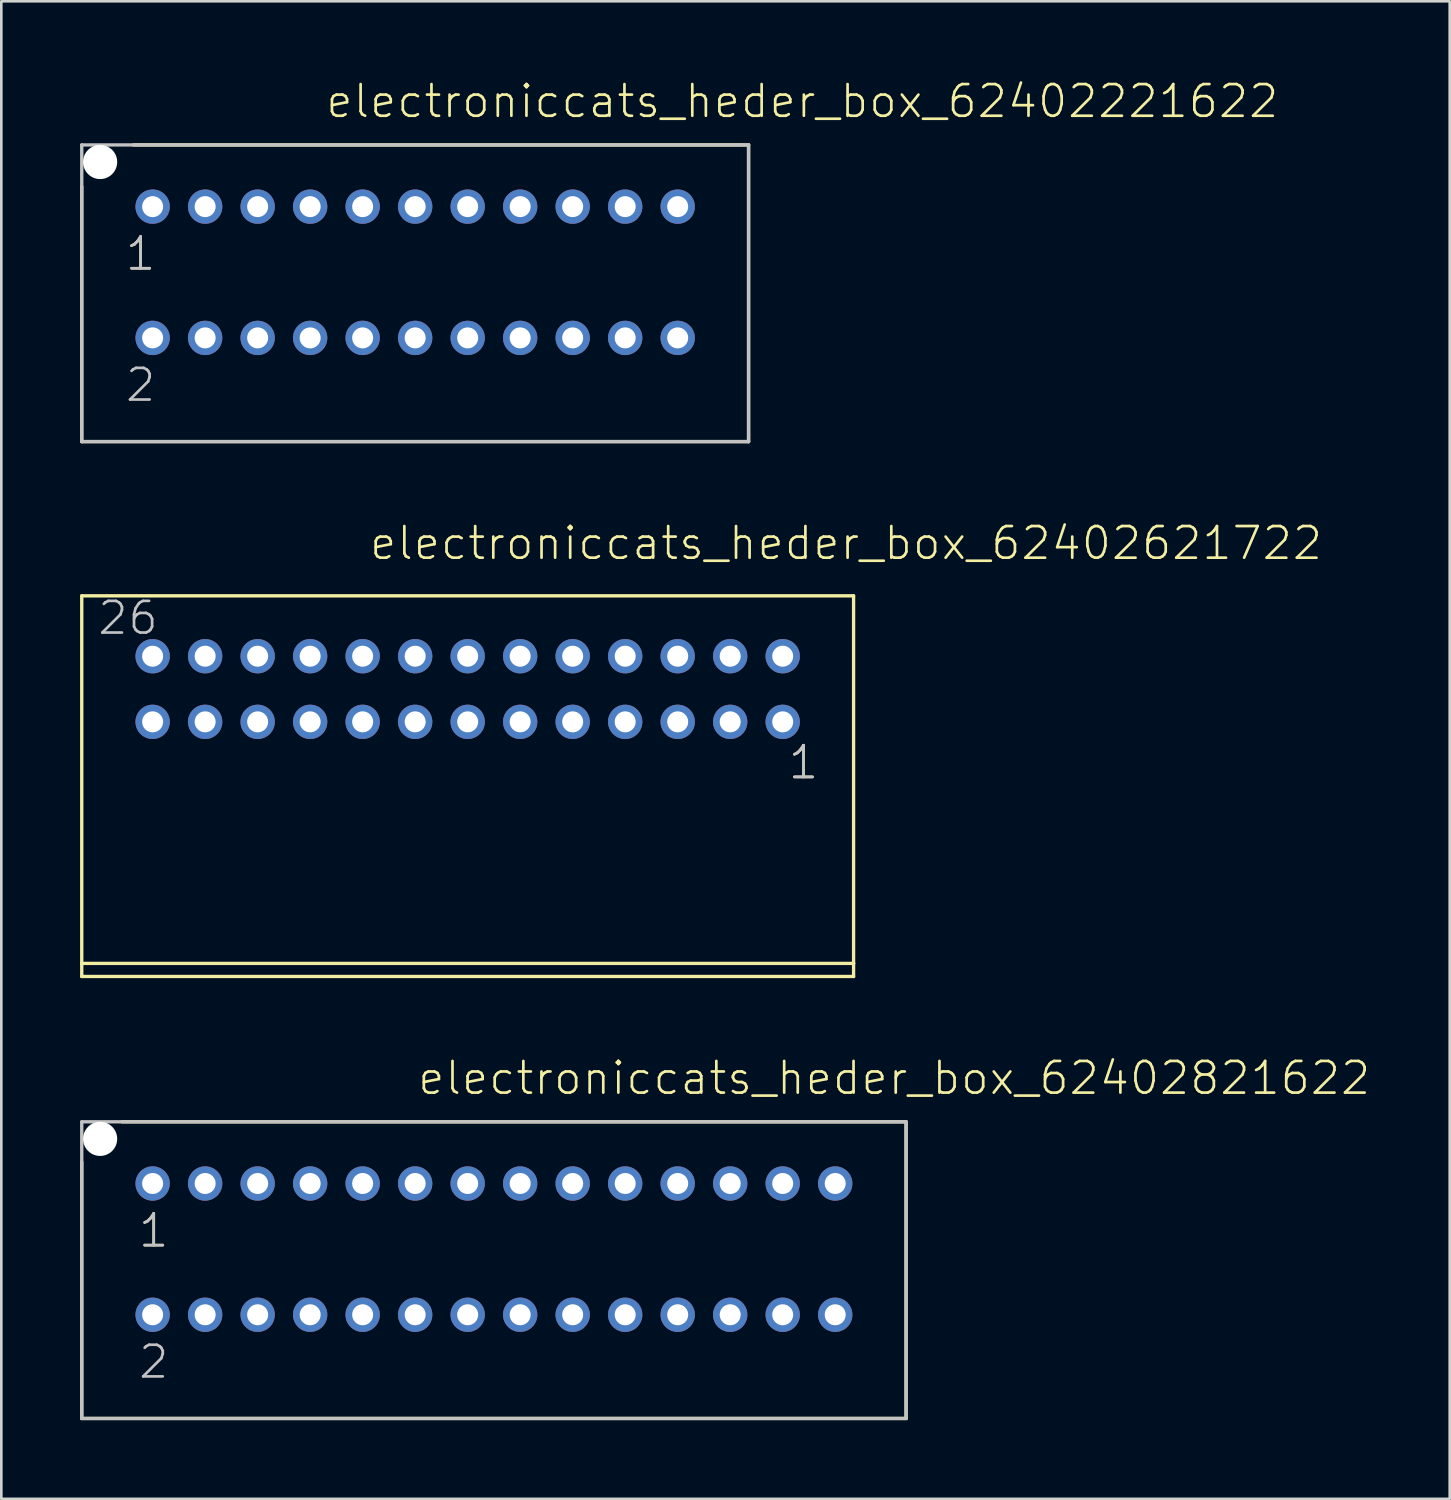
<source format=kicad_pcb>
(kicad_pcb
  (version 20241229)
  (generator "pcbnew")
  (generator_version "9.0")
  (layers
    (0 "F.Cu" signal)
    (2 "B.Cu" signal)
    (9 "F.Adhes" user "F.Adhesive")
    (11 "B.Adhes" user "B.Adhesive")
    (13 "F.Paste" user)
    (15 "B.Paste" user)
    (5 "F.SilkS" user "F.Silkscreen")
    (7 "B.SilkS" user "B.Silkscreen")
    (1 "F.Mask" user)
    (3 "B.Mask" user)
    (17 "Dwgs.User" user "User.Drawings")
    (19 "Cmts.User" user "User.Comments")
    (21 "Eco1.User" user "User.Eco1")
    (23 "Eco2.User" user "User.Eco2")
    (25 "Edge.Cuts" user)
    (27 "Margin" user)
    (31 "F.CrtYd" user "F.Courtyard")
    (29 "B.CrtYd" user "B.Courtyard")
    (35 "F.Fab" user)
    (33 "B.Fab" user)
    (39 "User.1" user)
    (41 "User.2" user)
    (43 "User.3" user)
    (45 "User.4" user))
  (footprint "electroniccats_heder_box_62402621722"
    (layer "F.Cu")
    (at 14.764 23.196)
    (property "Reference" "electroniccats_heder_box_62402621722" (at -3.8 -4.85 0) (layer "F.SilkS") (effects (font (size 1.206 1.206) (thickness 0.102)) (justify left bottom)))
    (attr through_hole)
    (fp_line (start -14.7 -3.55) (end -14.7 10.45) (stroke (width 0.127) (type solid)) (layer "F.SilkS"))
    (fp_line (start -14.7 10.45) (end -14.7 10.95) (stroke (width 0.127) (type solid)) (layer "F.SilkS"))
    (fp_line (start -14.7 10.45) (end 14.7 10.45) (stroke (width 0.127) (type solid)) (layer "F.SilkS"))
    (fp_line (start -14.7 10.95) (end 14.7 10.95) (stroke (width 0.127) (type solid)) (layer "F.SilkS"))
    (fp_line (start 14.7 -3.55) (end -14.7 -3.55) (stroke (width 0.127) (type solid)) (layer "F.SilkS"))
    (fp_line (start 14.7 10.45) (end 14.7 -3.55) (stroke (width 0.127) (type solid)) (layer "F.SilkS"))
    (fp_line (start 14.7 10.95) (end 14.7 10.45) (stroke (width 0.127) (type solid)) (layer "F.SilkS"))
    (fp_text user "1" (at 12.15 3.5 0) (layer "F.SilkS") (effects (font (size 1.206 1.206) (thickness 0.102)) (justify left bottom)))
    (fp_text user "26" (at -14.155 -2 0) (layer "Dwgs.User") (effects (font (size 1.206 1.206) (thickness 0.102)) (justify left bottom)))
    (fp_text user "1" (at 12.15 3.5 0) (layer "Dwgs.User") (effects (font (size 1.206 1.206) (thickness 0.102)) (justify left bottom)))
    (pad "1" thru_hole circle (at 12 1.25 180) (size 1.308 1.308) (drill 0.8) (layers "*.Cu" "*.Mask"))
    (pad "2" thru_hole circle (at 12 -1.25 180) (size 1.308 1.308) (drill 0.8) (layers "*.Cu" "*.Mask"))
    (pad "3" thru_hole circle (at 10 1.25 180) (size 1.308 1.308) (drill 0.8) (layers "*.Cu" "*.Mask"))
    (pad "4" thru_hole circle (at 10 -1.25 180) (size 1.308 1.308) (drill 0.8) (layers "*.Cu" "*.Mask"))
    (pad "5" thru_hole circle (at 8 1.25 180) (size 1.308 1.308) (drill 0.8) (layers "*.Cu" "*.Mask"))
    (pad "6" thru_hole circle (at 8 -1.25 180) (size 1.308 1.308) (drill 0.8) (layers "*.Cu" "*.Mask"))
    (pad "7" thru_hole circle (at 6 1.25 180) (size 1.308 1.308) (drill 0.8) (layers "*.Cu" "*.Mask"))
    (pad "8" thru_hole circle (at 6 -1.25 180) (size 1.308 1.308) (drill 0.8) (layers "*.Cu" "*.Mask"))
    (pad "9" thru_hole circle (at 4 1.25 180) (size 1.308 1.308) (drill 0.8) (layers "*.Cu" "*.Mask"))
    (pad "10" thru_hole circle (at 4 -1.25 180) (size 1.308 1.308) (drill 0.8) (layers "*.Cu" "*.Mask"))
    (pad "11" thru_hole circle (at 2 1.25 180) (size 1.308 1.308) (drill 0.8) (layers "*.Cu" "*.Mask"))
    (pad "12" thru_hole circle (at 2 -1.25 180) (size 1.308 1.308) (drill 0.8) (layers "*.Cu" "*.Mask"))
    (pad "13" thru_hole circle (at 0 1.25 180) (size 1.308 1.308) (drill 0.8) (layers "*.Cu" "*.Mask"))
    (pad "14" thru_hole circle (at 0 -1.25 180) (size 1.308 1.308) (drill 0.8) (layers "*.Cu" "*.Mask"))
    (pad "15" thru_hole circle (at -2 1.25 180) (size 1.308 1.308) (drill 0.8) (layers "*.Cu" "*.Mask"))
    (pad "16" thru_hole circle (at -2 -1.25 180) (size 1.308 1.308) (drill 0.8) (layers "*.Cu" "*.Mask"))
    (pad "17" thru_hole circle (at -4 1.25 180) (size 1.308 1.308) (drill 0.8) (layers "*.Cu" "*.Mask"))
    (pad "18" thru_hole circle (at -4 -1.25 180) (size 1.308 1.308) (drill 0.8) (layers "*.Cu" "*.Mask"))
    (pad "19" thru_hole circle (at -6 1.25 180) (size 1.308 1.308) (drill 0.8) (layers "*.Cu" "*.Mask"))
    (pad "20" thru_hole circle (at -6 -1.25 180) (size 1.308 1.308) (drill 0.8) (layers "*.Cu" "*.Mask"))
    (pad "21" thru_hole circle (at -8 1.25 180) (size 1.308 1.308) (drill 0.8) (layers "*.Cu" "*.Mask"))
    (pad "22" thru_hole circle (at -8 -1.25 180) (size 1.308 1.308) (drill 0.8) (layers "*.Cu" "*.Mask"))
    (pad "23" thru_hole circle (at -10 1.25 180) (size 1.308 1.308) (drill 0.8) (layers "*.Cu" "*.Mask"))
    (pad "24" thru_hole circle (at -10 -1.25 180) (size 1.308 1.308) (drill 0.8) (layers "*.Cu" "*.Mask"))
    (pad "25" thru_hole circle (at -12 1.25 180) (size 1.308 1.308) (drill 0.8) (layers "*.Cu" "*.Mask"))
    (pad "26" thru_hole circle (at -12 -1.25 180) (size 1.308 1.308) (drill 0.8) (layers "*.Cu" "*.Mask")))
  (footprint "electroniccats_heder_box_62402821622"
    (layer "F.Cu")
    (at 15.764 44.531)
    (property "Reference" "electroniccats_heder_box_62402821622" (at -2.966 -5.81 0) (layer "F.SilkS") (effects (font (size 1.206 1.206) (thickness 0.102)) (justify left bottom)))
    (attr through_hole)
    (fp_line (start -15.7 6.45) (end -15.7 -3.32) (stroke (width 0.127) (type solid)) (layer "F.SilkS"))
    (fp_line (start -14.17 -4.85) (end 15.7 -4.85) (stroke (width 0.127) (type solid)) (layer "F.SilkS"))
    (fp_line (start 15.7 -4.85) (end 15.7 6.45) (stroke (width 0.127) (type solid)) (layer "F.SilkS"))
    (fp_line (start 15.7 6.45) (end -15.7 6.45) (stroke (width 0.127) (type solid)) (layer "F.SilkS"))
    (fp_line (start -15.7 -4.85) (end 15.7 -4.85) (stroke (width 0.127) (type solid)) (layer "Dwgs.User"))
    (fp_line (start -15.7 6.45) (end -15.7 -4.85) (stroke (width 0.127) (type solid)) (layer "Dwgs.User"))
    (fp_line (start 15.7 -4.85) (end 15.7 6.45) (stroke (width 0.127) (type solid)) (layer "Dwgs.User"))
    (fp_line (start 15.7 6.45) (end -15.7 6.45) (stroke (width 0.127) (type solid)) (layer "Dwgs.User"))
    (fp_text user "1" (at -13.6 0 0) (layer "F.SilkS") (effects (font (size 1.206 1.206) (thickness 0.102)) (justify left bottom)))
    (fp_text user "2" (at -13.6 5 0) (layer "Dwgs.User") (effects (font (size 1.206 1.206) (thickness 0.102)) (justify left bottom)))
    (fp_text user "1" (at -13.6 0 0) (layer "Dwgs.User") (effects (font (size 1.206 1.206) (thickness 0.102)) (justify left bottom)))
    (pad "" np_thru_hole circle (at -15 -4.2) (size 1.3 1.3) (drill 1.3) (layers "*.Cu"))
    (pad "1" thru_hole circle (at -13 -2.5) (size 1.308 1.308) (drill 0.8) (layers "*.Cu" "*.Mask"))
    (pad "2" thru_hole circle (at -13 2.5) (size 1.308 1.308) (drill 0.8) (layers "*.Cu" "*.Mask"))
    (pad "3" thru_hole circle (at -11 -2.5) (size 1.308 1.308) (drill 0.8) (layers "*.Cu" "*.Mask"))
    (pad "4" thru_hole circle (at -11 2.5) (size 1.308 1.308) (drill 0.8) (layers "*.Cu" "*.Mask"))
    (pad "5" thru_hole circle (at -9 -2.5) (size 1.308 1.308) (drill 0.8) (layers "*.Cu" "*.Mask"))
    (pad "6" thru_hole circle (at -9 2.5) (size 1.308 1.308) (drill 0.8) (layers "*.Cu" "*.Mask"))
    (pad "7" thru_hole circle (at -7 -2.5) (size 1.308 1.308) (drill 0.8) (layers "*.Cu" "*.Mask"))
    (pad "8" thru_hole circle (at -7 2.5) (size 1.308 1.308) (drill 0.8) (layers "*.Cu" "*.Mask"))
    (pad "9" thru_hole circle (at -5 -2.5) (size 1.308 1.308) (drill 0.8) (layers "*.Cu" "*.Mask"))
    (pad "10" thru_hole circle (at -5 2.5) (size 1.308 1.308) (drill 0.8) (layers "*.Cu" "*.Mask"))
    (pad "11" thru_hole circle (at -3 -2.5) (size 1.308 1.308) (drill 0.8) (layers "*.Cu" "*.Mask"))
    (pad "12" thru_hole circle (at -3 2.5) (size 1.308 1.308) (drill 0.8) (layers "*.Cu" "*.Mask"))
    (pad "13" thru_hole circle (at -1 -2.5) (size 1.308 1.308) (drill 0.8) (layers "*.Cu" "*.Mask"))
    (pad "14" thru_hole circle (at -1 2.5) (size 1.308 1.308) (drill 0.8) (layers "*.Cu" "*.Mask"))
    (pad "15" thru_hole circle (at 1 -2.5) (size 1.308 1.308) (drill 0.8) (layers "*.Cu" "*.Mask"))
    (pad "16" thru_hole circle (at 1 2.5) (size 1.308 1.308) (drill 0.8) (layers "*.Cu" "*.Mask"))
    (pad "17" thru_hole circle (at 3 -2.5) (size 1.308 1.308) (drill 0.8) (layers "*.Cu" "*.Mask"))
    (pad "18" thru_hole circle (at 3 2.5) (size 1.308 1.308) (drill 0.8) (layers "*.Cu" "*.Mask"))
    (pad "19" thru_hole circle (at 5 -2.5) (size 1.308 1.308) (drill 0.8) (layers "*.Cu" "*.Mask"))
    (pad "20" thru_hole circle (at 5 2.5) (size 1.308 1.308) (drill 0.8) (layers "*.Cu" "*.Mask"))
    (pad "21" thru_hole circle (at 7 -2.5) (size 1.308 1.308) (drill 0.8) (layers "*.Cu" "*.Mask"))
    (pad "22" thru_hole circle (at 7 2.5) (size 1.308 1.308) (drill 0.8) (layers "*.Cu" "*.Mask"))
    (pad "23" thru_hole circle (at 9 -2.5) (size 1.308 1.308) (drill 0.8) (layers "*.Cu" "*.Mask"))
    (pad "24" thru_hole circle (at 9 2.5) (size 1.308 1.308) (drill 0.8) (layers "*.Cu" "*.Mask"))
    (pad "25" thru_hole circle (at 11 -2.5) (size 1.308 1.308) (drill 0.8) (layers "*.Cu" "*.Mask"))
    (pad "26" thru_hole circle (at 11 2.5) (size 1.308 1.308) (drill 0.8) (layers "*.Cu" "*.Mask"))
    (pad "27" thru_hole circle (at 13 -2.5) (size 1.308 1.308) (drill 0.8) (layers "*.Cu" "*.Mask"))
    (pad "28" thru_hole circle (at 13 2.5) (size 1.308 1.308) (drill 0.8) (layers "*.Cu" "*.Mask")))
  (footprint "electroniccats_heder_box_62402221622"
    (layer "F.Cu")
    (at 12.764 7.321)
    (property "Reference" "electroniccats_heder_box_62402221622" (at -3.466 -5.81 0) (layer "F.SilkS") (effects (font (size 1.206 1.206) (thickness 0.102)) (justify left bottom)))
    (attr through_hole)
    (fp_line (start -12.7 6.45) (end -12.7 -3.27) (stroke (width 0.127) (type solid)) (layer "F.SilkS"))
    (fp_line (start -10.73 -4.85) (end 12.7 -4.85) (stroke (width 0.127) (type solid)) (layer "F.SilkS"))
    (fp_line (start 12.7 -4.85) (end 12.7 6.45) (stroke (width 0.127) (type solid)) (layer "F.SilkS"))
    (fp_line (start 12.7 6.45) (end -12.7 6.45) (stroke (width 0.127) (type solid)) (layer "F.SilkS"))
    (fp_line (start -12.7 -4.85) (end 12.7 -4.85) (stroke (width 0.127) (type solid)) (layer "Dwgs.User"))
    (fp_line (start -12.7 6.45) (end -12.7 -4.85) (stroke (width 0.127) (type solid)) (layer "Dwgs.User"))
    (fp_line (start 12.7 -4.85) (end 12.7 6.45) (stroke (width 0.127) (type solid)) (layer "Dwgs.User"))
    (fp_line (start 12.7 6.45) (end -12.7 6.45) (stroke (width 0.127) (type solid)) (layer "Dwgs.User"))
    (fp_text user "1" (at -11.1 0 0) (layer "F.SilkS") (effects (font (size 1.206 1.206) (thickness 0.102)) (justify left bottom)))
    (fp_text user "2" (at -11.1 5 0) (layer "Dwgs.User") (effects (font (size 1.206 1.206) (thickness 0.102)) (justify left bottom)))
    (fp_text user "1" (at -11.1 0 0) (layer "Dwgs.User") (effects (font (size 1.206 1.206) (thickness 0.102)) (justify left bottom)))
    (pad "" np_thru_hole circle (at -12 -4.2) (size 1.3 1.3) (drill 1.3) (layers "*.Cu"))
    (pad "1" thru_hole circle (at -10 -2.5) (size 1.308 1.308) (drill 0.8) (layers "*.Cu" "*.Mask"))
    (pad "2" thru_hole circle (at -10 2.5) (size 1.308 1.308) (drill 0.8) (layers "*.Cu" "*.Mask"))
    (pad "3" thru_hole circle (at -8 -2.5) (size 1.308 1.308) (drill 0.8) (layers "*.Cu" "*.Mask"))
    (pad "4" thru_hole circle (at -8 2.5) (size 1.308 1.308) (drill 0.8) (layers "*.Cu" "*.Mask"))
    (pad "5" thru_hole circle (at -6 -2.5) (size 1.308 1.308) (drill 0.8) (layers "*.Cu" "*.Mask"))
    (pad "6" thru_hole circle (at -6 2.5) (size 1.308 1.308) (drill 0.8) (layers "*.Cu" "*.Mask"))
    (pad "7" thru_hole circle (at -4 -2.5) (size 1.308 1.308) (drill 0.8) (layers "*.Cu" "*.Mask"))
    (pad "8" thru_hole circle (at -4 2.5) (size 1.308 1.308) (drill 0.8) (layers "*.Cu" "*.Mask"))
    (pad "9" thru_hole circle (at -2 -2.5) (size 1.308 1.308) (drill 0.8) (layers "*.Cu" "*.Mask"))
    (pad "10" thru_hole circle (at -2 2.5) (size 1.308 1.308) (drill 0.8) (layers "*.Cu" "*.Mask"))
    (pad "11" thru_hole circle (at 0 -2.5) (size 1.308 1.308) (drill 0.8) (layers "*.Cu" "*.Mask"))
    (pad "12" thru_hole circle (at 0 2.5) (size 1.308 1.308) (drill 0.8) (layers "*.Cu" "*.Mask"))
    (pad "13" thru_hole circle (at 2 -2.5) (size 1.308 1.308) (drill 0.8) (layers "*.Cu" "*.Mask"))
    (pad "14" thru_hole circle (at 2 2.5) (size 1.308 1.308) (drill 0.8) (layers "*.Cu" "*.Mask"))
    (pad "15" thru_hole circle (at 4 -2.5) (size 1.308 1.308) (drill 0.8) (layers "*.Cu" "*.Mask"))
    (pad "16" thru_hole circle (at 4 2.5) (size 1.308 1.308) (drill 0.8) (layers "*.Cu" "*.Mask"))
    (pad "17" thru_hole circle (at 6 -2.5) (size 1.308 1.308) (drill 0.8) (layers "*.Cu" "*.Mask"))
    (pad "18" thru_hole circle (at 6 2.5) (size 1.308 1.308) (drill 0.8) (layers "*.Cu" "*.Mask"))
    (pad "19" thru_hole circle (at 8 -2.5) (size 1.308 1.308) (drill 0.8) (layers "*.Cu" "*.Mask"))
    (pad "20" thru_hole circle (at 8 2.5) (size 1.308 1.308) (drill 0.8) (layers "*.Cu" "*.Mask"))
    (pad "21" thru_hole circle (at 10 -2.5) (size 1.308 1.308) (drill 0.8) (layers "*.Cu" "*.Mask"))
    (pad "22" thru_hole circle (at 10 2.5) (size 1.308 1.308) (drill 0.8) (layers "*.Cu" "*.Mask")))
  (gr_rect
    (start -3 -3)
    (end 52.171 54.044)
    (stroke (width 0.1) (type default))
    (fill no)
    (layer "Edge.Cuts")))
</source>
